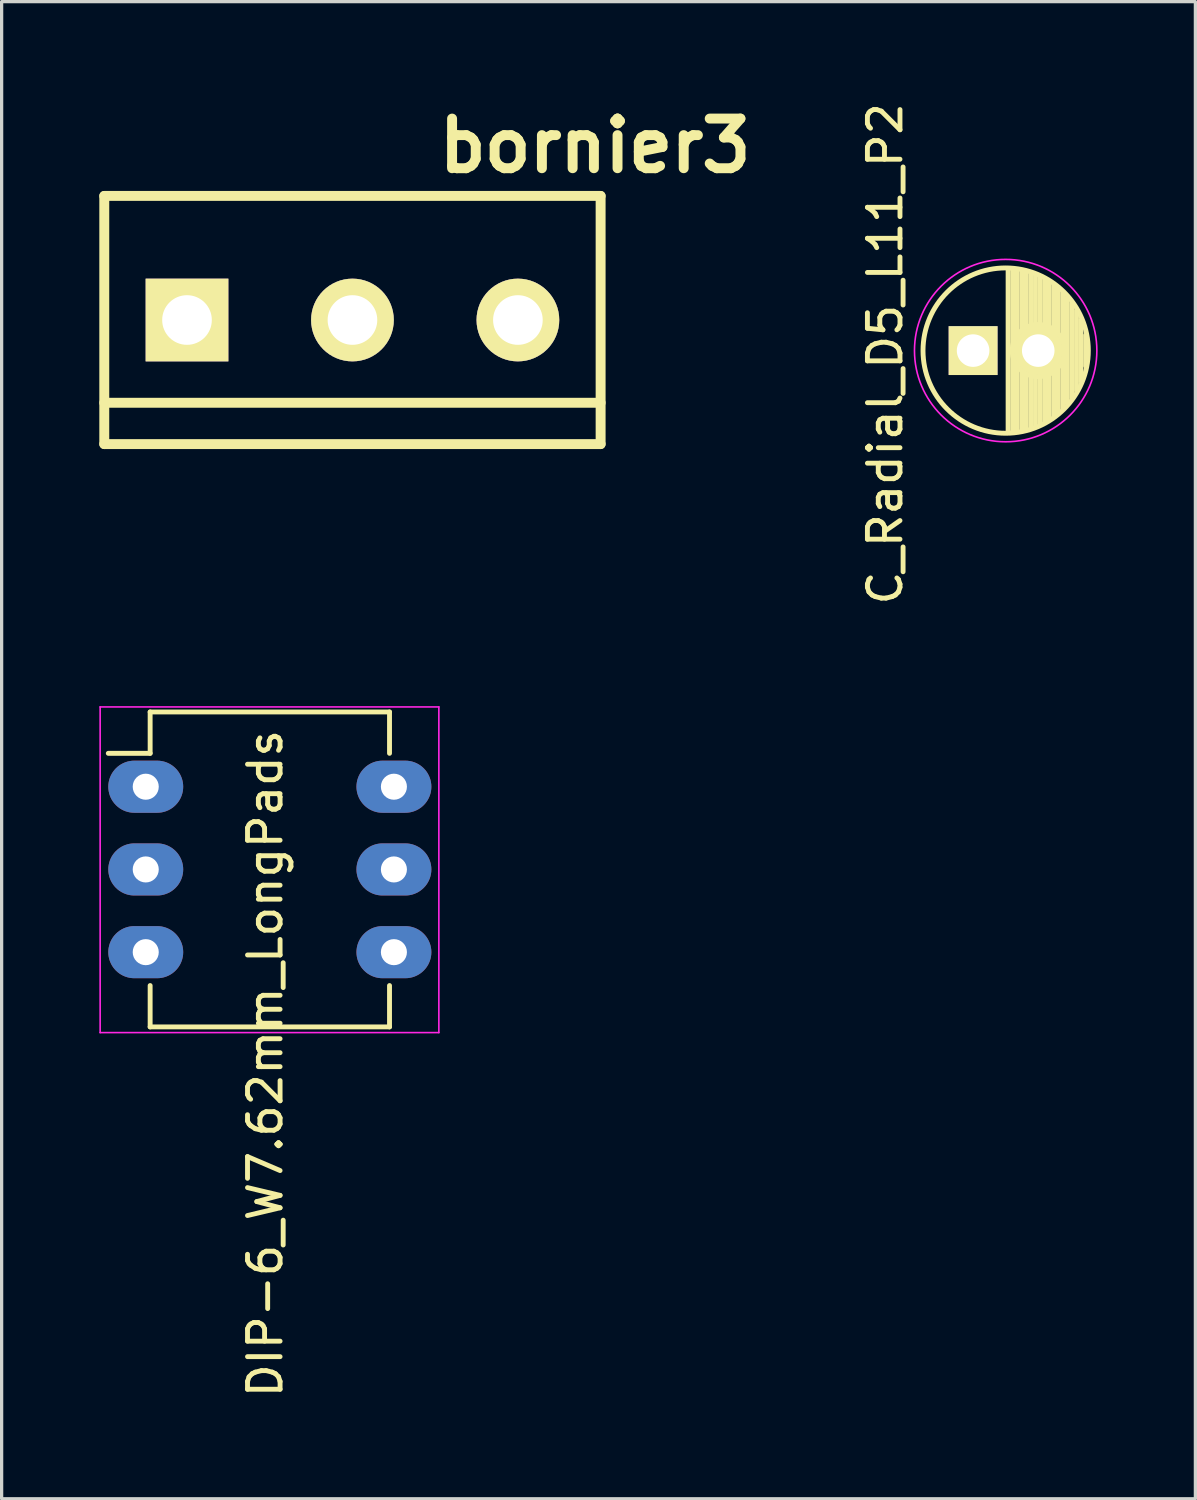
<source format=kicad_pcb>
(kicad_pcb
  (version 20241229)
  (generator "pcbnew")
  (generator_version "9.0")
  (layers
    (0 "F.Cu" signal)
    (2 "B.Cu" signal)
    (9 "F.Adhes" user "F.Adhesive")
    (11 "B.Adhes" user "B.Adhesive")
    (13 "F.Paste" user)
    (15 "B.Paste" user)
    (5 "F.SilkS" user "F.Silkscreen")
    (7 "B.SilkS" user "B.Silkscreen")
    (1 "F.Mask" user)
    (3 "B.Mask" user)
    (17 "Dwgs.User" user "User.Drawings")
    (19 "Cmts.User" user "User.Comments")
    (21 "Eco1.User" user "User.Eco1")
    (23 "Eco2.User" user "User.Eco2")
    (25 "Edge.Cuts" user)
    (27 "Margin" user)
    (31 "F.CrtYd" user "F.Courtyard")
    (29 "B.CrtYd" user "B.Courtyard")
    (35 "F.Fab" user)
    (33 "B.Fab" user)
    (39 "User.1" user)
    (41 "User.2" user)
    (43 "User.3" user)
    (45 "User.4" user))
  (footprint "C_Radial_D5_L11_P2"
    (layer "F.Cu")
    (at 26.829 7.715)
    (property "Reference" "C_Radial_D5_L11_P2" (at -2.7 0.1 90) (layer "F.SilkS") (effects (font (size 1 1) (thickness 0.15))))
    (attr through_hole)
    (fp_line (start 1.075 -2.499) (end 1.075 2.499) (stroke (width 0.15) (type solid)) (layer "F.SilkS"))
    (fp_line (start 1.215 -2.491) (end 1.215 -0.154) (stroke (width 0.15) (type solid)) (layer "F.SilkS"))
    (fp_line (start 1.215 0.154) (end 1.215 2.491) (stroke (width 0.15) (type solid)) (layer "F.SilkS"))
    (fp_line (start 1.355 -2.475) (end 1.355 -0.473) (stroke (width 0.15) (type solid)) (layer "F.SilkS"))
    (fp_line (start 1.355 0.473) (end 1.355 2.475) (stroke (width 0.15) (type solid)) (layer "F.SilkS"))
    (fp_line (start 1.495 -2.451) (end 1.495 -0.62) (stroke (width 0.15) (type solid)) (layer "F.SilkS"))
    (fp_line (start 1.495 0.62) (end 1.495 2.451) (stroke (width 0.15) (type solid)) (layer "F.SilkS"))
    (fp_line (start 1.635 -2.418) (end 1.635 -0.712) (stroke (width 0.15) (type solid)) (layer "F.SilkS"))
    (fp_line (start 1.635 0.712) (end 1.635 2.418) (stroke (width 0.15) (type solid)) (layer "F.SilkS"))
    (fp_line (start 1.775 -2.377) (end 1.775 -0.768) (stroke (width 0.15) (type solid)) (layer "F.SilkS"))
    (fp_line (start 1.775 0.768) (end 1.775 2.377) (stroke (width 0.15) (type solid)) (layer "F.SilkS"))
    (fp_line (start 1.915 -2.327) (end 1.915 -0.795) (stroke (width 0.15) (type solid)) (layer "F.SilkS"))
    (fp_line (start 1.915 0.795) (end 1.915 2.327) (stroke (width 0.15) (type solid)) (layer "F.SilkS"))
    (fp_line (start 2.055 -2.266) (end 2.055 -0.798) (stroke (width 0.15) (type solid)) (layer "F.SilkS"))
    (fp_line (start 2.055 0.798) (end 2.055 2.266) (stroke (width 0.15) (type solid)) (layer "F.SilkS"))
    (fp_line (start 2.195 -2.196) (end 2.195 -0.776) (stroke (width 0.15) (type solid)) (layer "F.SilkS"))
    (fp_line (start 2.195 0.776) (end 2.195 2.196) (stroke (width 0.15) (type solid)) (layer "F.SilkS"))
    (fp_line (start 2.335 -2.114) (end 2.335 -0.726) (stroke (width 0.15) (type solid)) (layer "F.SilkS"))
    (fp_line (start 2.335 0.726) (end 2.335 2.114) (stroke (width 0.15) (type solid)) (layer "F.SilkS"))
    (fp_line (start 2.475 -2.019) (end 2.475 -0.644) (stroke (width 0.15) (type solid)) (layer "F.SilkS"))
    (fp_line (start 2.475 0.644) (end 2.475 2.019) (stroke (width 0.15) (type solid)) (layer "F.SilkS"))
    (fp_line (start 2.615 -1.908) (end 2.615 -0.512) (stroke (width 0.15) (type solid)) (layer "F.SilkS"))
    (fp_line (start 2.615 0.512) (end 2.615 1.908) (stroke (width 0.15) (type solid)) (layer "F.SilkS"))
    (fp_line (start 2.755 -1.78) (end 2.755 -0.265) (stroke (width 0.15) (type solid)) (layer "F.SilkS"))
    (fp_line (start 2.755 0.265) (end 2.755 1.78) (stroke (width 0.15) (type solid)) (layer "F.SilkS"))
    (fp_line (start 2.895 -1.631) (end 2.895 1.631) (stroke (width 0.15) (type solid)) (layer "F.SilkS"))
    (fp_line (start 3.035 -1.452) (end 3.035 1.452) (stroke (width 0.15) (type solid)) (layer "F.SilkS"))
    (fp_line (start 3.175 -1.233) (end 3.175 1.233) (stroke (width 0.15) (type solid)) (layer "F.SilkS"))
    (fp_line (start 3.315 -0.944) (end 3.315 0.944) (stroke (width 0.15) (type solid)) (layer "F.SilkS"))
    (fp_line (start 3.455 -0.472) (end 3.455 0.472) (stroke (width 0.15) (type solid)) (layer "F.SilkS"))
    (fp_circle (center 1 0) (end 1 -2.538) (stroke (width 0.15) (type solid)) (fill no) (layer "F.SilkS"))
    (fp_circle (center 2 0) (end 2 -0.8) (stroke (width 0.15) (type solid)) (fill no) (layer "F.SilkS"))
    (fp_circle (center 1 0) (end 1 -2.8) (stroke (width 0.05) (type solid)) (fill no) (layer "F.CrtYd"))
    (pad "1" thru_hole rect (at 0 0) (size 1.5 1.5) (drill 1) (layers "*.Cu" "*.Mask" "F.SilkS"))
    (pad "2" thru_hole circle (at 2 0) (size 1.5 1.5) (drill 1) (layers "*.Cu" "*.Mask" "F.SilkS")))
  (footprint "bornier3"
    (layer "F.Cu")
    (at 7.772 6.776)
    (property "Reference" "bornier3" (at 7.45 -5.35 0) (layer "F.SilkS") (effects (font (size 1.524 1.524) (thickness 0.305))))
    (attr through_hole)
    (fp_line (start -7.62 -3.81) (end 7.62 -3.81) (stroke (width 0.305) (type solid)) (layer "F.SilkS"))
    (fp_line (start -7.62 2.54) (end 7.62 2.54) (stroke (width 0.305) (type solid)) (layer "F.SilkS"))
    (fp_line (start -7.62 3.81) (end -7.62 -3.81) (stroke (width 0.305) (type solid)) (layer "F.SilkS"))
    (fp_line (start -7.62 3.81) (end 7.62 3.81) (stroke (width 0.305) (type solid)) (layer "F.SilkS"))
    (fp_line (start 7.62 3.81) (end 7.62 -3.81) (stroke (width 0.305) (type solid)) (layer "F.SilkS"))
    (pad "1" thru_hole rect (at -5.08 0) (size 2.54 2.54) (drill 1.524) (layers "*.Cu" "*.Mask" "F.SilkS"))
    (pad "2" thru_hole circle (at 0 0) (size 2.54 2.54) (drill 1.524) (layers "*.Cu" "*.Mask" "F.SilkS"))
    (pad "3" thru_hole circle (at 5.08 0) (size 2.54 2.54) (drill 1.524) (layers "*.Cu" "*.Mask" "F.SilkS")))
  (footprint "DIP-6_W7.62mm_LongPads"
    (layer "F.Cu")
    (at 1.425 21.106)
    (property "Reference" "DIP-6_W7.62mm_LongPads" (at 3.67 8.5 90) (layer "F.SilkS") (effects (font (size 1 1) (thickness 0.15))))
    (attr through_hole)
    (fp_line (start 0.135 -2.295) (end 0.135 -1.025) (stroke (width 0.15) (type solid)) (layer "F.SilkS"))
    (fp_line (start 0.135 -2.295) (end 7.485 -2.295) (stroke (width 0.15) (type solid)) (layer "F.SilkS"))
    (fp_line (start 0.135 -1.025) (end -1.15 -1.025) (stroke (width 0.15) (type solid)) (layer "F.SilkS"))
    (fp_line (start 0.135 7.375) (end 0.135 6.105) (stroke (width 0.15) (type solid)) (layer "F.SilkS"))
    (fp_line (start 0.135 7.375) (end 7.485 7.375) (stroke (width 0.15) (type solid)) (layer "F.SilkS"))
    (fp_line (start 7.485 -2.295) (end 7.485 -1.025) (stroke (width 0.15) (type solid)) (layer "F.SilkS"))
    (fp_line (start 7.485 7.375) (end 7.485 6.105) (stroke (width 0.15) (type solid)) (layer "F.SilkS"))
    (fp_line (start -1.4 -2.45) (end -1.4 7.55) (stroke (width 0.05) (type solid)) (layer "F.CrtYd"))
    (fp_line (start -1.4 -2.45) (end 9 -2.45) (stroke (width 0.05) (type solid)) (layer "F.CrtYd"))
    (fp_line (start -1.4 7.55) (end 9 7.55) (stroke (width 0.05) (type solid)) (layer "F.CrtYd"))
    (fp_line (start 9 -2.45) (end 9 7.55) (stroke (width 0.05) (type solid)) (layer "F.CrtYd"))
    (pad "1" thru_hole oval (at 0 0) (size 2.3 1.6) (drill 0.8) (layers "*.Cu" "*.Mask"))
    (pad "2" thru_hole oval (at 0 2.54) (size 2.3 1.6) (drill 0.8) (layers "*.Cu" "*.Mask"))
    (pad "3" thru_hole oval (at 0 5.08) (size 2.3 1.6) (drill 0.8) (layers "*.Cu" "*.Mask"))
    (pad "4" thru_hole oval (at 7.62 5.08) (size 2.3 1.6) (drill 0.8) (layers "*.Cu" "*.Mask"))
    (pad "5" thru_hole oval (at 7.62 2.54) (size 2.3 1.6) (drill 0.8) (layers "*.Cu" "*.Mask"))
    (pad "6" thru_hole oval (at 7.62 0) (size 2.3 1.6) (drill 0.8) (layers "*.Cu" "*.Mask")))
  (gr_rect
    (start -3 -3)
    (end 33.654 42.969)
    (stroke (width 0.1) (type default))
    (fill no)
    (layer "Edge.Cuts")))
</source>
